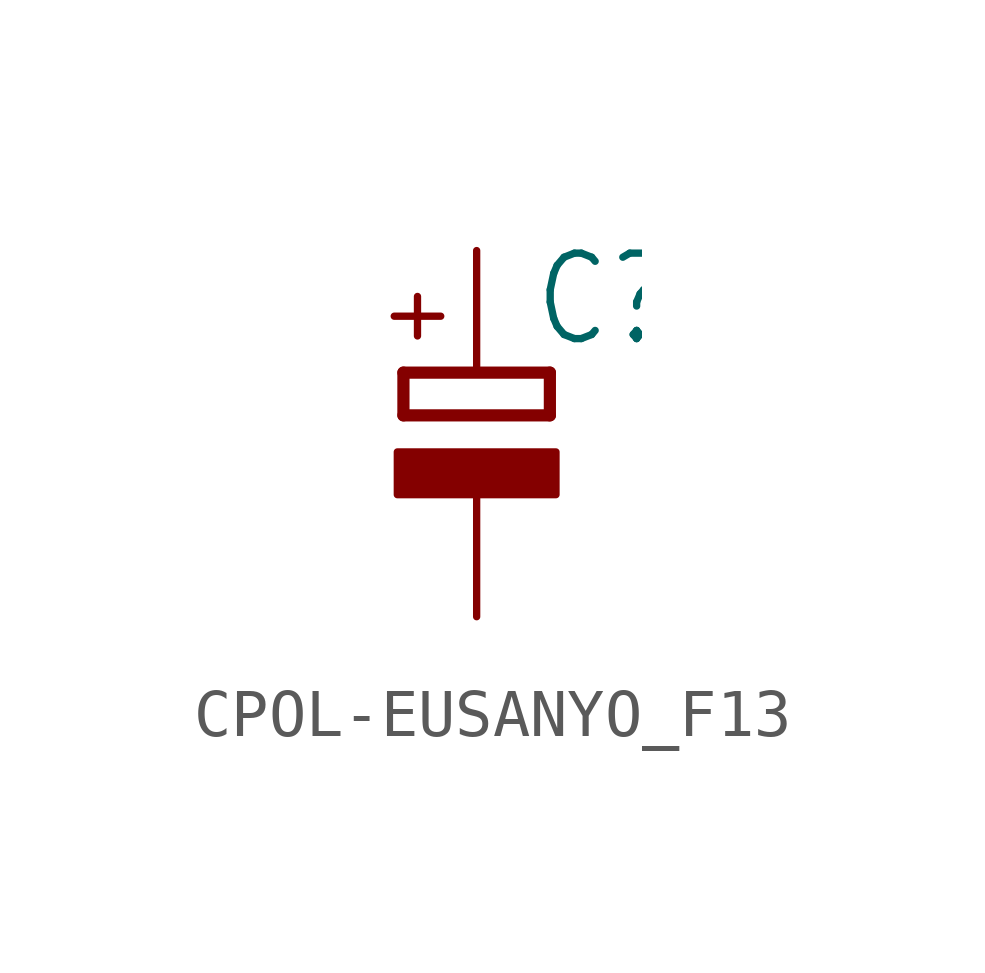
<source format=kicad_sym>
(kicad_symbol_lib
  (version 20231120)
  (generator "kicad_symbol_editor")
  (generator_version "8.0")
  (symbol "CPOL-EUSANYO_F13"
    (property "Reference" "C"
      (at 1.143 0.483 0)
      (effects (font (size 1.778 1.511)) (justify left bottom)))
    (property "Value" ""
      (at 1.143 -4.597 0)
      (effects (font (size 1.778 1.511)) (justify left bottom)))
    (property "ki_locked" ""
      (at 0 0 0)
      (effects (font (size 1.27 1.27))))
    (symbol "CPOL-EUSANYO_F13_1_0"
      (rectangle (start -1.651 -2.54) (end 1.651 -1.651) (stroke (width 0) (type default)) (fill (type outline)))
      (polyline (pts (xy -1.524 -0.889) (xy 1.524 -0.889)) (stroke (width 0.254) (type solid)) (fill (type none)))
      (polyline (pts (xy -1.524 0) (xy -1.524 -0.889)) (stroke (width 0.254) (type solid)) (fill (type none)))
      (polyline (pts (xy -1.524 0) (xy 1.524 0)) (stroke (width 0.254) (type solid)) (fill (type none)))
      (polyline (pts (xy 1.524 -0.889) (xy 1.524 0)) (stroke (width 0.254) (type solid)) (fill (type none)))
      (text "+" (at -0.584 0.406 900) (effects (font (size 1.27 1.079)) (justify left bottom)))
      (pin passive line (at 0 2.54 270) (length 2.54) (name "+" (effects (font (size 0 0)))) (number "+" (effects (font (size 0 0)))))
      (pin passive line (at 0 -5.08 90) (length 2.54) (name "-" (effects (font (size 0 0)))) (number "-" (effects (font (size 0 0))))))))
</source>
